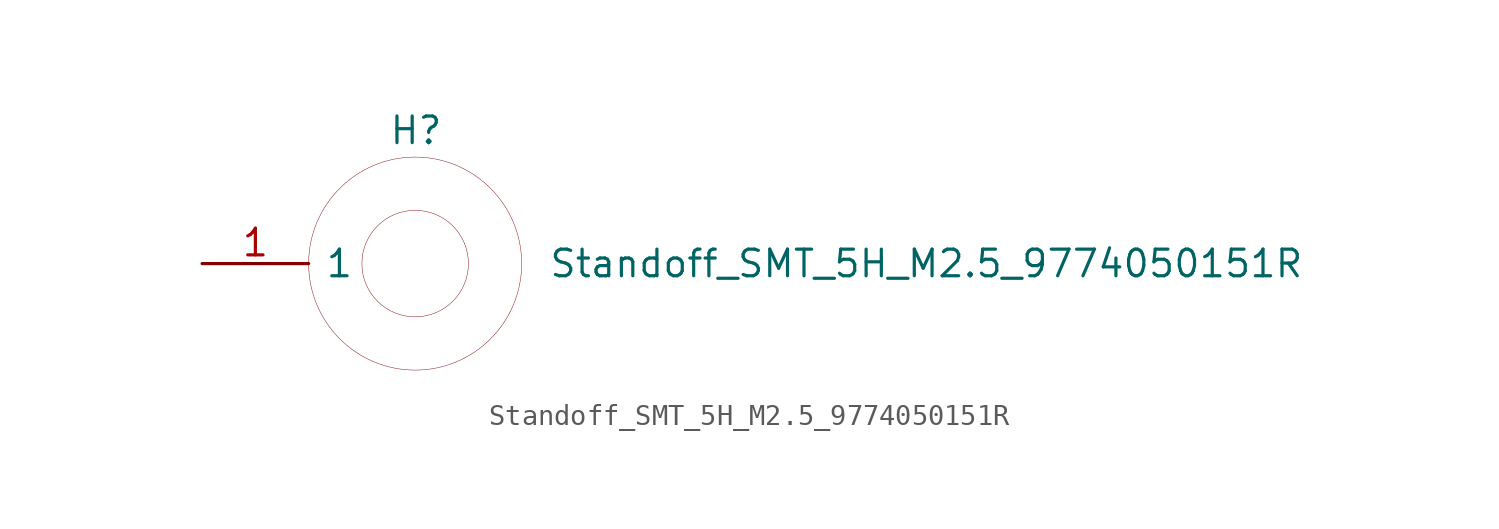
<source format=kicad_sym>
(kicad_symbol_lib
  (version 20201005)
  (generator kicad_symbol_editor)
  (symbol "NB3_body:Standoff_SMT_5H_M2.5_9774050151R"
    (pin_names
      (offset 0.762))
    (property "Reference" "H"
      (at 3.81 6.35 0)
      (effects (font (size 1.27 1.27)) (justify left)))
    (property "Value" "Standoff_SMT_5H_M2.5_9774050151R"
      (at 11.43 0 0)
      (effects (font (size 1.27 1.27)) (justify left)))
    (symbol "Standoff_SMT_5H_M2.5_9774050151R_0_1"
      (circle (center 5.08 0) (radius 5.08) (stroke (width 0.001)) (fill (type none)))
      (circle (center 5.08 0) (radius 2.54) (stroke (width 0.001)) (fill (type none))))
    (symbol "Standoff_SMT_5H_M2.5_9774050151R_0_0"
      (pin passive line (at -5.08 0 0) (length 5.08) (name "1" (effects (font (size 1.27 1.27)))) (number "1" (effects (font (size 1.27 1.27))))))))
</source>
